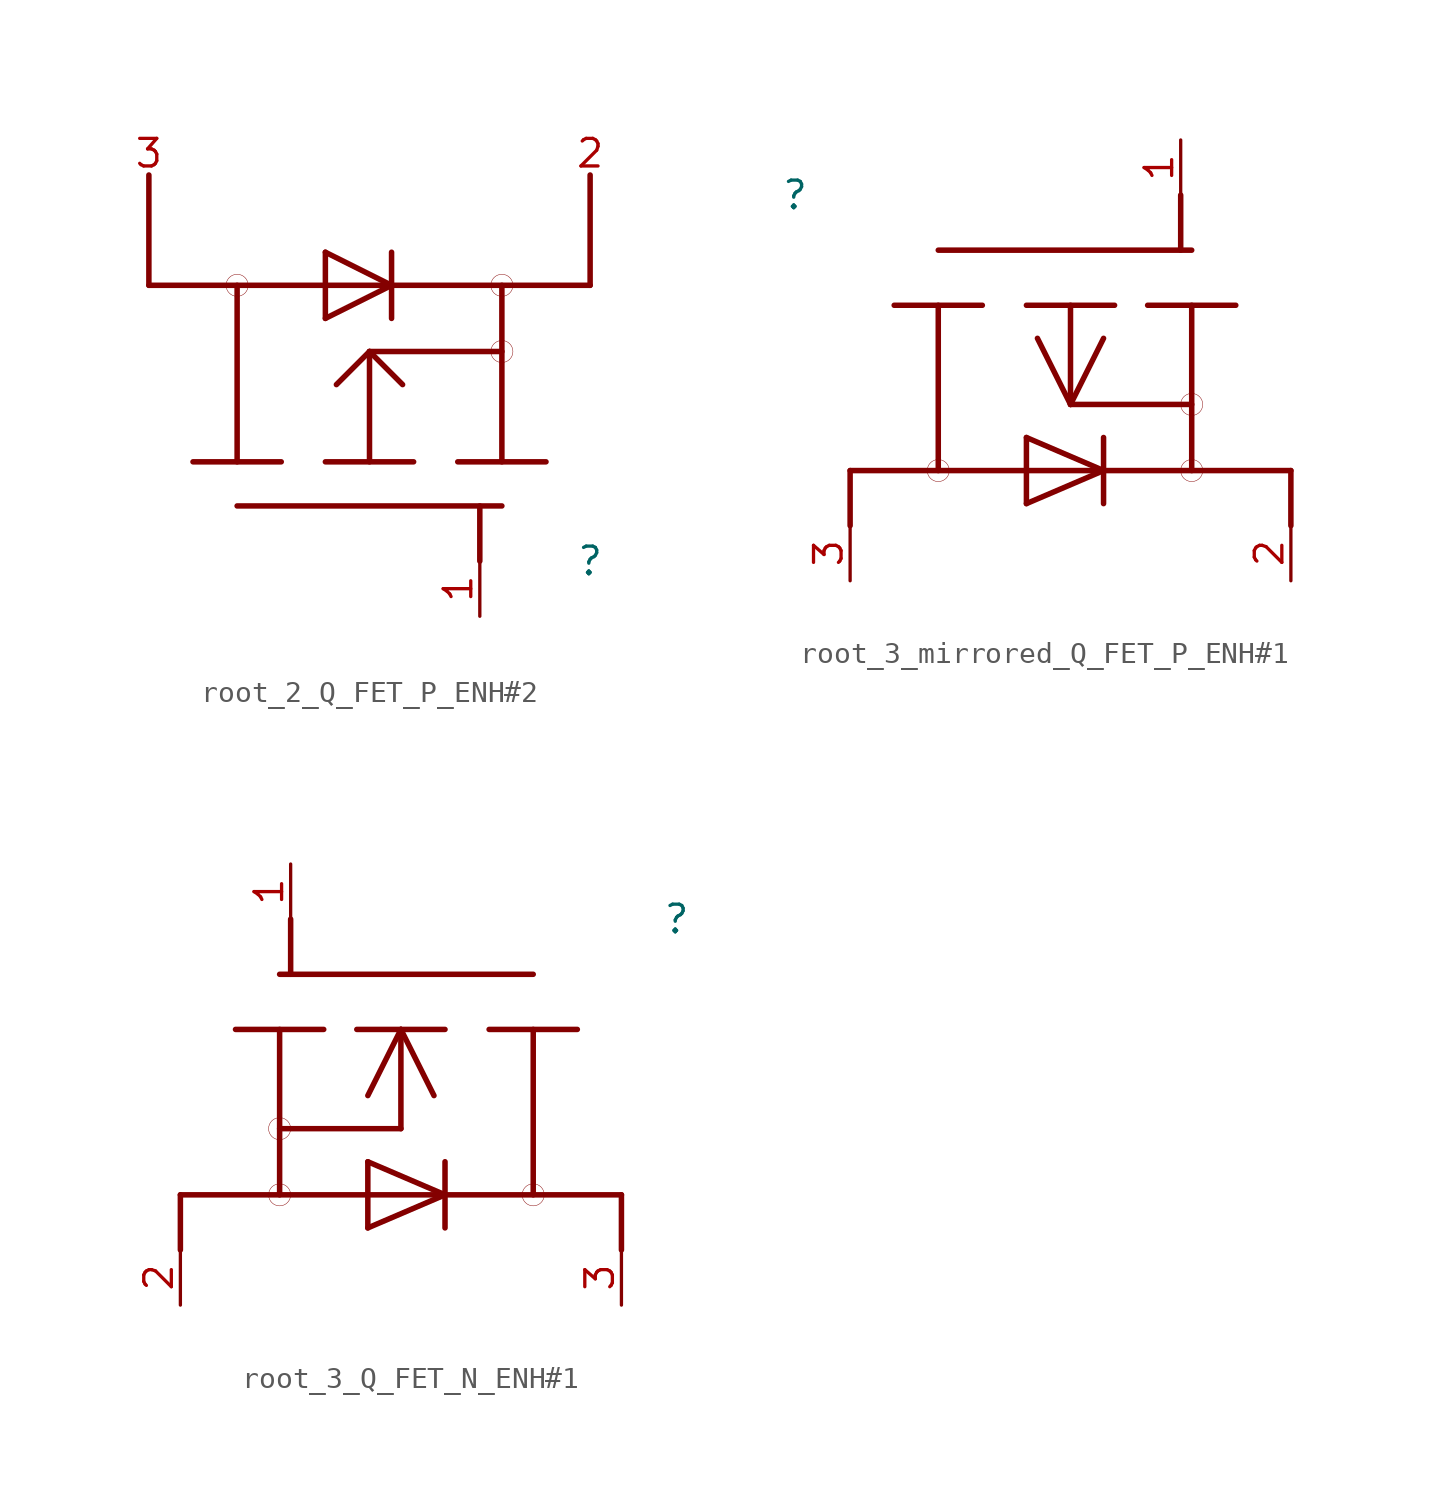
<source format=kicad_sym>
(kicad_symbol_lib
  (version 20220914)
  (generator kicad_symbol_editor)
  (symbol "root_2_Q_FET_P_ENH#2"
    (property "Reference" ""
      (at 0 0 0)
      (effects (font (size 1.27 1.27))))
    (property "Value" ""
      (at 0 0 0)
      (effects (font (size 1.27 1.27))))
    (symbol "root_2_Q_FET_P_ENH#2_1_0"
      (circle (center -16.256 12.7) (radius 0.508) (stroke (width 0.0001) (type solid)) (fill (type none)))
      (circle (center -4.064 9.652) (radius 0.508) (stroke (width 0.0001) (type solid)) (fill (type none)))
      (circle (center -4.064 12.7) (radius 0.508) (stroke (width 0.0001) (type solid)) (fill (type none)))
      (polyline (pts (xy -20.32 12.7) (xy -20.32 17.78)) (stroke (width 0.254) (type solid)) (fill (type none)))
      (polyline (pts (xy -20.32 12.7) (xy 0 12.7)) (stroke (width 0.254) (type solid)) (fill (type none)))
      (polyline (pts (xy -18.288 4.572) (xy -14.224 4.572)) (stroke (width 0.254) (type solid)) (fill (type none)))
      (polyline (pts (xy -16.256 12.7) (xy -16.256 4.572)) (stroke (width 0.254) (type solid)) (fill (type none)))
      (polyline (pts (xy -12.192 14.224) (xy -12.192 11.176)) (stroke (width 0.254) (type solid)) (fill (type none)))
      (polyline (pts (xy -12.192 14.224) (xy -9.144 12.7)) (stroke (width 0.254) (type solid)) (fill (type none)))
      (polyline (pts (xy -10.16 9.652) (xy -11.684 8.128)) (stroke (width 0.254) (type solid)) (fill (type none)))
      (polyline (pts (xy -10.16 9.652) (xy -10.16 4.572)) (stroke (width 0.254) (type solid)) (fill (type none)))
      (polyline (pts (xy -10.16 9.652) (xy -8.636 8.128)) (stroke (width 0.254) (type solid)) (fill (type none)))
      (polyline (pts (xy -9.144 11.176) (xy -9.144 14.224)) (stroke (width 0.254) (type solid)) (fill (type none)))
      (polyline (pts (xy -9.144 12.7) (xy -12.192 11.176)) (stroke (width 0.254) (type solid)) (fill (type none)))
      (polyline (pts (xy -8.128 4.572) (xy -12.192 4.572)) (stroke (width 0.254) (type solid)) (fill (type none)))
      (polyline (pts (xy -6.096 4.572) (xy -2.032 4.572)) (stroke (width 0.254) (type solid)) (fill (type none)))
      (polyline (pts (xy -5.08 0) (xy -5.08 2.54)) (stroke (width 0.254) (type solid)) (fill (type none)))
      (polyline (pts (xy -4.064 2.54) (xy -16.256 2.54)) (stroke (width 0.254) (type solid)) (fill (type none)))
      (polyline (pts (xy -4.064 4.572) (xy -4.064 12.7)) (stroke (width 0.254) (type solid)) (fill (type none)))
      (polyline (pts (xy -4.064 9.652) (xy -10.16 9.652)) (stroke (width 0.254) (type solid)) (fill (type none)))
      (polyline (pts (xy 0 17.78) (xy 0 12.7)) (stroke (width 0.254) (type solid)) (fill (type none)))
      (pin bidirectional line (at -5.08 -2.54 90) (length 2.54) (name "G" (effects (font (size 0 0)))) (number "1" (effects (font (size 1.27 1.27)))))
      (pin bidirectional line (at 0 17.78 180) (length 0) (name "S" (effects (font (size 0 0)))) (number "2" (effects (font (size 1.27 1.27)))))
      (pin bidirectional line (at -20.32 17.78 0) (length 0) (name "D" (effects (font (size 0 0)))) (number "3" (effects (font (size 1.27 1.27)))))))
  (symbol "root_3_mirrored_Q_FET_P_ENH#1"
    (property "Reference" ""
      (at 0 0 0)
      (effects (font (size 1.27 1.27))))
    (property "Value" ""
      (at 0 0 0)
      (effects (font (size 1.27 1.27))))
    (symbol "root_3_mirrored_Q_FET_P_ENH#1_1_0"
      (polyline (pts (xy 2.54 -12.7) (xy 2.54 -15.24)) (stroke (width 0.254) (type solid)) (fill (type none)))
      (polyline (pts (xy 2.54 -12.7) (xy 22.86 -12.7)) (stroke (width 0.254) (type solid)) (fill (type none)))
      (polyline (pts (xy 4.572 -5.08) (xy 8.636 -5.08)) (stroke (width 0.254) (type solid)) (fill (type none)))
      (polyline (pts (xy 6.604 -5.08) (xy 6.604 -12.7)) (stroke (width 0.254) (type solid)) (fill (type none)))
      (polyline (pts (xy 10.668 -14.224) (xy 10.668 -11.176)) (stroke (width 0.254) (type solid)) (fill (type none)))
      (polyline (pts (xy 10.668 -11.176) (xy 14.224 -12.7)) (stroke (width 0.254) (type solid)) (fill (type none)))
      (polyline (pts (xy 10.668 -5.08) (xy 14.732 -5.08)) (stroke (width 0.254) (type solid)) (fill (type none)))
      (polyline (pts (xy 12.7 -9.652) (xy 11.176 -6.604)) (stroke (width 0.254) (type solid)) (fill (type none)))
      (polyline (pts (xy 12.7 -9.652) (xy 12.7 -5.08)) (stroke (width 0.254) (type solid)) (fill (type none)))
      (polyline (pts (xy 12.7 -9.652) (xy 14.224 -6.604)) (stroke (width 0.254) (type solid)) (fill (type none)))
      (polyline (pts (xy 12.7 -9.652) (xy 18.288 -9.652)) (stroke (width 0.254) (type solid)) (fill (type none)))
      (polyline (pts (xy 14.224 -12.7) (xy 10.668 -14.224)) (stroke (width 0.254) (type solid)) (fill (type none)))
      (polyline (pts (xy 14.224 -11.176) (xy 14.224 -14.224)) (stroke (width 0.254) (type solid)) (fill (type none)))
      (polyline (pts (xy 17.78 0) (xy 17.78 -2.54)) (stroke (width 0.254) (type solid)) (fill (type none)))
      (polyline (pts (xy 18.288 -12.7) (xy 18.288 -5.08)) (stroke (width 0.254) (type solid)) (fill (type none)))
      (polyline (pts (xy 18.288 -2.54) (xy 6.604 -2.54)) (stroke (width 0.254) (type solid)) (fill (type none)))
      (polyline (pts (xy 20.32 -5.08) (xy 16.256 -5.08)) (stroke (width 0.254) (type solid)) (fill (type none)))
      (polyline (pts (xy 22.86 -12.7) (xy 22.86 -15.24)) (stroke (width 0.254) (type solid)) (fill (type none)))
      (circle (center 6.604 -12.7) (radius 0.508) (stroke (width 0.0001) (type solid)) (fill (type none)))
      (circle (center 18.288 -12.7) (radius 0.508) (stroke (width 0.0001) (type solid)) (fill (type none)))
      (circle (center 18.288 -9.652) (radius 0.508) (stroke (width 0.0001) (type solid)) (fill (type none)))
      (pin bidirectional line (at 17.78 2.54 270) (length 2.54) (name "G" (effects (font (size 0 0)))) (number "1" (effects (font (size 1.27 1.27)))))
      (pin bidirectional line (at 22.86 -17.78 90) (length 2.54) (name "S" (effects (font (size 0 0)))) (number "2" (effects (font (size 1.27 1.27)))))
      (pin bidirectional line (at 2.54 -17.78 90) (length 2.54) (name "D" (effects (font (size 0 0)))) (number "3" (effects (font (size 1.27 1.27)))))))
  (symbol "root_3_Q_FET_N_ENH#1"
    (property "Reference" ""
      (at 0 0 0)
      (effects (font (size 1.27 1.27))))
    (property "Value" ""
      (at 0 0 0)
      (effects (font (size 1.27 1.27))))
    (symbol "root_3_Q_FET_N_ENH#1_1_0"
      (circle (center -18.288 -12.7) (radius 0.508) (stroke (width 0.0001) (type solid)) (fill (type none)))
      (circle (center -18.288 -9.652) (radius 0.508) (stroke (width 0.0001) (type solid)) (fill (type none)))
      (circle (center -6.604 -12.7) (radius 0.508) (stroke (width 0.0001) (type solid)) (fill (type none)))
      (polyline (pts (xy -22.86 -12.7) (xy -22.86 -15.24)) (stroke (width 0.254) (type solid)) (fill (type none)))
      (polyline (pts (xy -22.86 -12.7) (xy -2.54 -12.7)) (stroke (width 0.254) (type solid)) (fill (type none)))
      (polyline (pts (xy -20.32 -5.08) (xy -16.256 -5.08)) (stroke (width 0.254) (type solid)) (fill (type none)))
      (polyline (pts (xy -18.288 -5.08) (xy -18.288 -12.7)) (stroke (width 0.254) (type solid)) (fill (type none)))
      (polyline (pts (xy -18.288 -2.54) (xy -6.604 -2.54)) (stroke (width 0.254) (type solid)) (fill (type none)))
      (polyline (pts (xy -17.78 0) (xy -17.78 -2.54)) (stroke (width 0.254) (type solid)) (fill (type none)))
      (polyline (pts (xy -14.224 -14.224) (xy -10.668 -12.7)) (stroke (width 0.254) (type solid)) (fill (type none)))
      (polyline (pts (xy -14.224 -11.176) (xy -14.224 -14.224)) (stroke (width 0.254) (type solid)) (fill (type none)))
      (polyline (pts (xy -12.7 -9.652) (xy -18.288 -9.652)) (stroke (width 0.254) (type solid)) (fill (type none)))
      (polyline (pts (xy -12.7 -9.652) (xy -12.7 -5.08)) (stroke (width 0.254) (type solid)) (fill (type none)))
      (polyline (pts (xy -12.7 -5.08) (xy -14.224 -8.128)) (stroke (width 0.254) (type solid)) (fill (type none)))
      (polyline (pts (xy -12.7 -5.08) (xy -11.176 -8.128)) (stroke (width 0.254) (type solid)) (fill (type none)))
      (polyline (pts (xy -10.668 -12.7) (xy -14.224 -11.176)) (stroke (width 0.254) (type solid)) (fill (type none)))
      (polyline (pts (xy -10.668 -11.176) (xy -10.668 -14.224)) (stroke (width 0.254) (type solid)) (fill (type none)))
      (polyline (pts (xy -10.668 -5.08) (xy -14.732 -5.08)) (stroke (width 0.254) (type solid)) (fill (type none)))
      (polyline (pts (xy -6.604 -5.08) (xy -6.604 -12.7)) (stroke (width 0.254) (type solid)) (fill (type none)))
      (polyline (pts (xy -4.572 -5.08) (xy -8.636 -5.08)) (stroke (width 0.254) (type solid)) (fill (type none)))
      (polyline (pts (xy -2.54 -12.7) (xy -2.54 -15.24)) (stroke (width 0.254) (type solid)) (fill (type none)))
      (pin bidirectional line (at -17.78 2.54 270) (length 2.54) (name "G" (effects (font (size 0 0)))) (number "1" (effects (font (size 1.27 1.27)))))
      (pin bidirectional line (at -22.86 -17.78 90) (length 2.54) (name "S" (effects (font (size 0 0)))) (number "2" (effects (font (size 1.27 1.27)))))
      (pin bidirectional line (at -2.54 -17.78 90) (length 2.54) (name "D" (effects (font (size 0 0)))) (number "3" (effects (font (size 1.27 1.27))))))))
</source>
